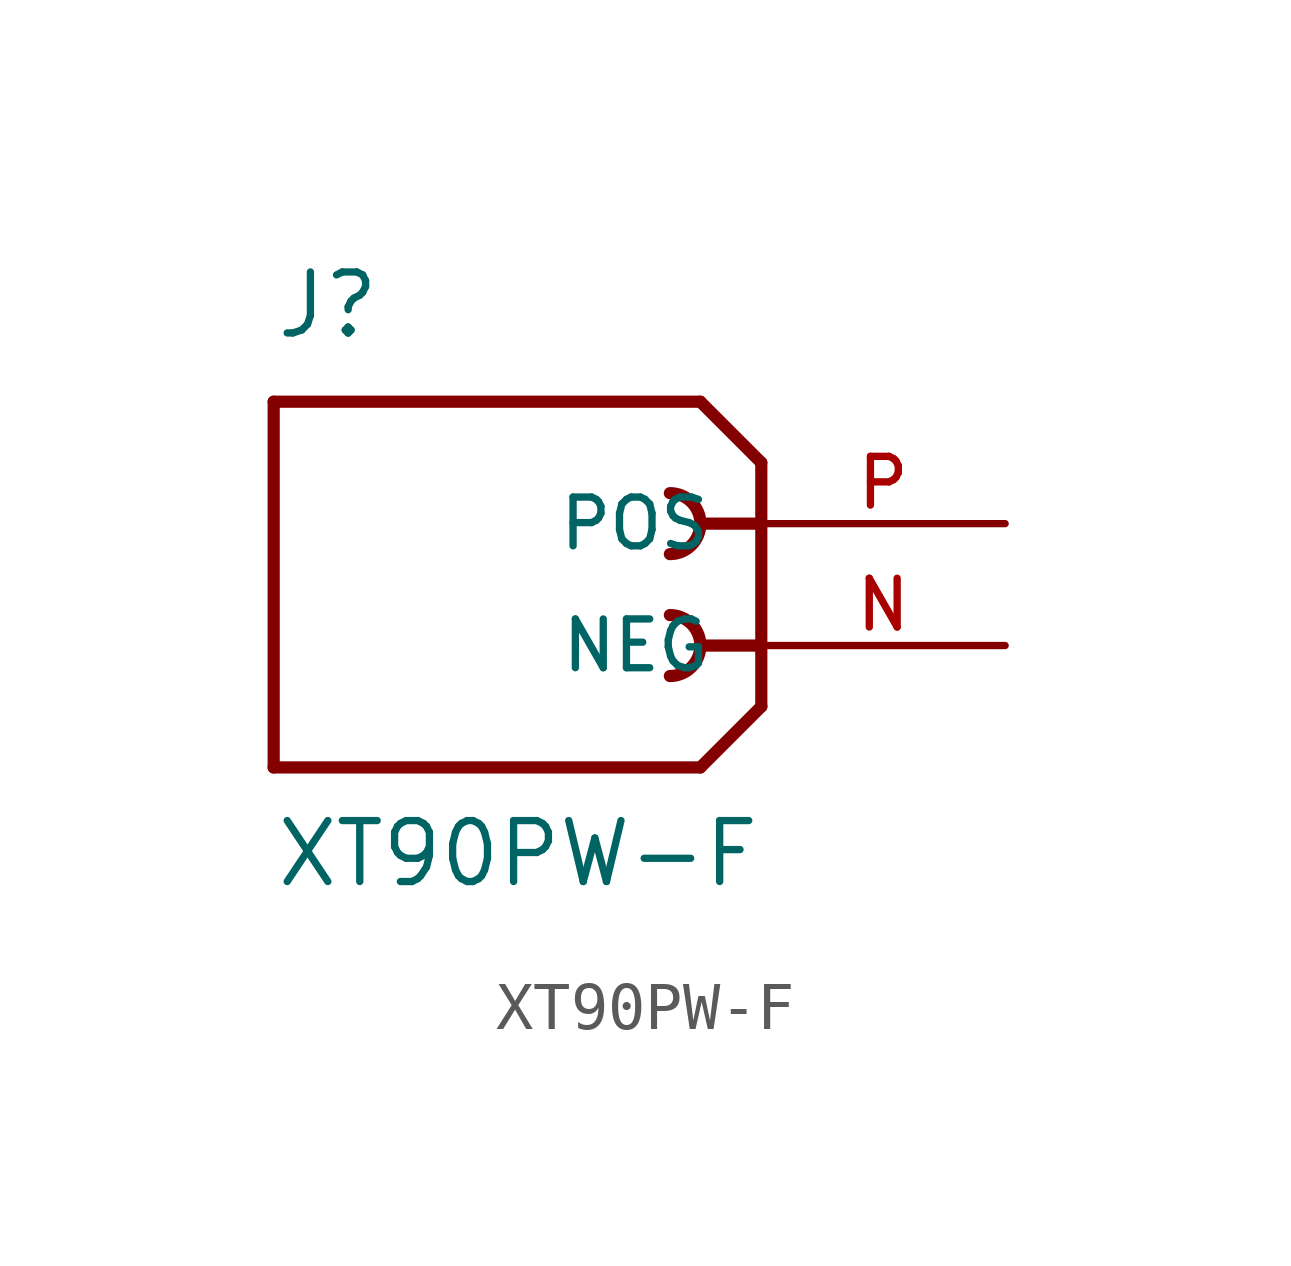
<source format=kicad_sym>
(kicad_symbol_lib
  (version 20231120)
  (generator "kicad_symbol_editor")
  (generator_version "8.0")
  (symbol "XT90PW-F"
    (pin_names
      (offset 1.016))
    (property "Reference" "J"
      (at -10.16 3.81 0)
      (effects (font (size 1.27 1.27)) (justify left bottom)))
    (property "Value" "XT90PW-F"
      (at -10.16 -7.62 0)
      (effects (font (size 1.27 1.27)) (justify left bottom)))
    (symbol "XT90PW-F_0_0"
      (arc (start -1.905 -3.175) (mid -1.2727 -2.54) (end -1.905 -1.905) (stroke (width 0.254) (type default)) (fill (type none)))
      (arc (start -1.905 -0.635) (mid -1.2727 0) (end -1.905 0.635) (stroke (width 0.254) (type default)) (fill (type none)))
      (polyline (pts (xy -10.16 -5.08) (xy -10.16 2.54)) (stroke (width 0.254) (type default)) (fill (type none)))
      (polyline (pts (xy -10.16 2.54) (xy -1.27 2.54)) (stroke (width 0.254) (type default)) (fill (type none)))
      (polyline (pts (xy -1.27 -5.08) (xy -10.16 -5.08)) (stroke (width 0.254) (type default)) (fill (type none)))
      (polyline (pts (xy 0 -3.81) (xy -1.27 -5.08)) (stroke (width 0.254) (type default)) (fill (type none)))
      (polyline (pts (xy 0 -2.54) (xy -1.27 -2.54)) (stroke (width 0.254) (type default)) (fill (type none)))
      (polyline (pts (xy 0 0) (xy -1.27 0)) (stroke (width 0.254) (type default)) (fill (type none)))
      (polyline (pts (xy 0 0) (xy 0 -3.81)) (stroke (width 0.254) (type default)) (fill (type none)))
      (polyline (pts (xy 0 1.27) (xy -1.27 2.54)) (stroke (width 0.254) (type default)) (fill (type none)))
      (polyline (pts (xy 0 1.27) (xy 0 0)) (stroke (width 0.254) (type default)) (fill (type none)))
      (pin passive line (at 5.08 -2.54 180) (length 5.08) (name "NEG" (effects (font (size 1.016 1.016)))) (number "N" (effects (font (size 1.016 1.016)))))
      (pin passive line (at 5.08 0 180) (length 5.08) (name "POS" (effects (font (size 1.016 1.016)))) (number "P" (effects (font (size 1.016 1.016))))))))
</source>
